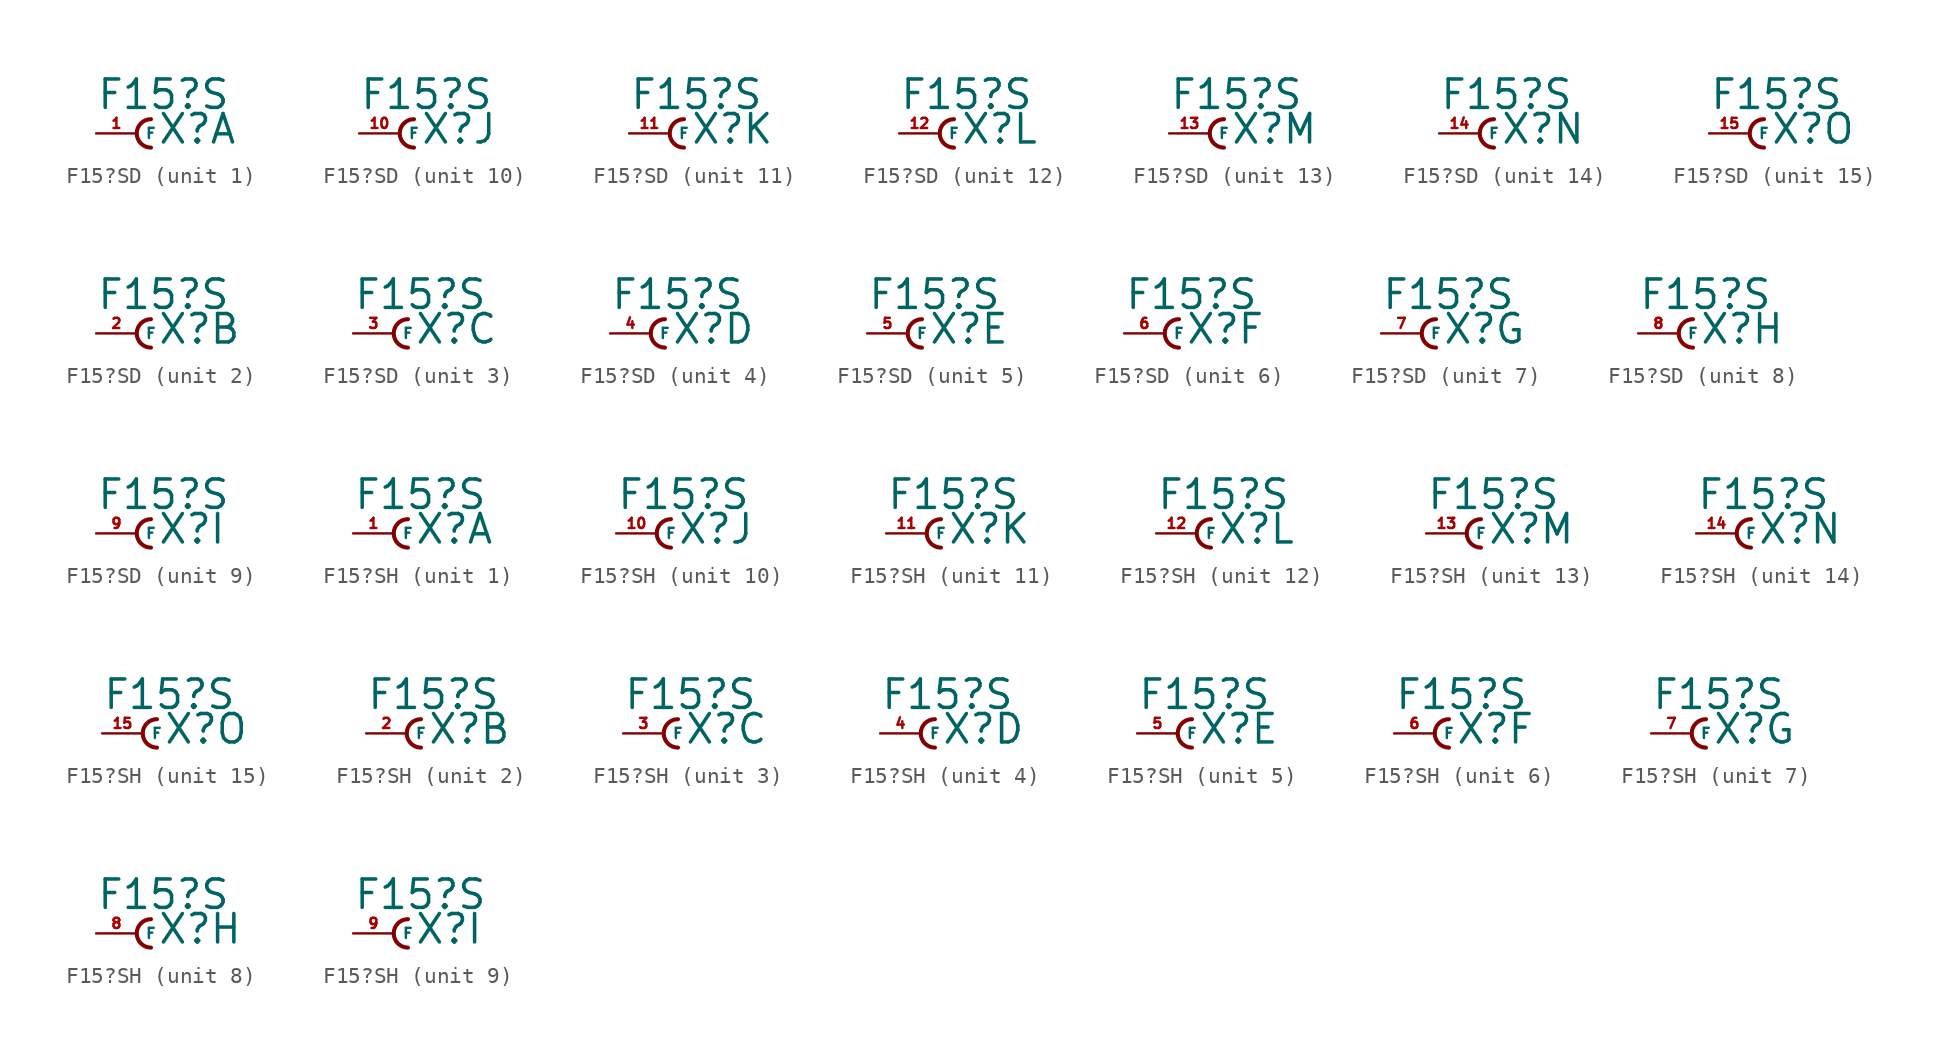
<source format=kicad_sym>
(kicad_symbol_lib
  (version 20220914)
  (generator Eagle2Kicad)
  (symbol "F15?SD"
    (property "Reference" "X"
      (at 1.27 -0.762 0)
      (effects (font (size 1.778 1.778) (thickness 0.22)) (justify left bottom)))
    (property "Value" "F15?S"
      (at -2.54 1.397 0)
      (effects (font (size 1.778 1.778) (thickness 0.22)) (justify left bottom)))
    (symbol "F15?SD_1_0"
      (arc (start 0.889 0.889) (mid 0.000 0.000) (end 0.889 -0.889) (stroke (width 0.254) (type default)) (fill (type none)))
      (pin passive line (at -2.54 0 0) (length 2.54) (name "F" (effects (font (size 0.635 0.635) (thickness 0.08)) (justify left bottom))) (number "1" (effects (font (size 0.635 0.635) (thickness 0.08)) (justify left bottom)))))
    (symbol "F15?SD_2_0"
      (arc (start 0.889 0.889) (mid 0.000 0.000) (end 0.889 -0.889) (stroke (width 0.254) (type default)) (fill (type none)))
      (pin passive line (at -2.54 0 0) (length 2.54) (name "F" (effects (font (size 0.635 0.635) (thickness 0.08)) (justify left bottom))) (number "2" (effects (font (size 0.635 0.635) (thickness 0.08)) (justify left bottom)))))
    (symbol "F15?SD_3_0"
      (arc (start 0.889 0.889) (mid 0.000 0.000) (end 0.889 -0.889) (stroke (width 0.254) (type default)) (fill (type none)))
      (pin passive line (at -2.54 0 0) (length 2.54) (name "F" (effects (font (size 0.635 0.635) (thickness 0.08)) (justify left bottom))) (number "3" (effects (font (size 0.635 0.635) (thickness 0.08)) (justify left bottom)))))
    (symbol "F15?SD_4_0"
      (arc (start 0.889 0.889) (mid 0.000 0.000) (end 0.889 -0.889) (stroke (width 0.254) (type default)) (fill (type none)))
      (pin passive line (at -2.54 0 0) (length 2.54) (name "F" (effects (font (size 0.635 0.635) (thickness 0.08)) (justify left bottom))) (number "4" (effects (font (size 0.635 0.635) (thickness 0.08)) (justify left bottom)))))
    (symbol "F15?SD_5_0"
      (arc (start 0.889 0.889) (mid 0.000 0.000) (end 0.889 -0.889) (stroke (width 0.254) (type default)) (fill (type none)))
      (pin passive line (at -2.54 0 0) (length 2.54) (name "F" (effects (font (size 0.635 0.635) (thickness 0.08)) (justify left bottom))) (number "5" (effects (font (size 0.635 0.635) (thickness 0.08)) (justify left bottom)))))
    (symbol "F15?SD_6_0"
      (arc (start 0.889 0.889) (mid 0.000 0.000) (end 0.889 -0.889) (stroke (width 0.254) (type default)) (fill (type none)))
      (pin passive line (at -2.54 0 0) (length 2.54) (name "F" (effects (font (size 0.635 0.635) (thickness 0.08)) (justify left bottom))) (number "6" (effects (font (size 0.635 0.635) (thickness 0.08)) (justify left bottom)))))
    (symbol "F15?SD_7_0"
      (arc (start 0.889 0.889) (mid 0.000 0.000) (end 0.889 -0.889) (stroke (width 0.254) (type default)) (fill (type none)))
      (pin passive line (at -2.54 0 0) (length 2.54) (name "F" (effects (font (size 0.635 0.635) (thickness 0.08)) (justify left bottom))) (number "7" (effects (font (size 0.635 0.635) (thickness 0.08)) (justify left bottom)))))
    (symbol "F15?SD_8_0"
      (arc (start 0.889 0.889) (mid 0.000 0.000) (end 0.889 -0.889) (stroke (width 0.254) (type default)) (fill (type none)))
      (pin passive line (at -2.54 0 0) (length 2.54) (name "F" (effects (font (size 0.635 0.635) (thickness 0.08)) (justify left bottom))) (number "8" (effects (font (size 0.635 0.635) (thickness 0.08)) (justify left bottom)))))
    (symbol "F15?SD_9_0"
      (arc (start 0.889 0.889) (mid 0.000 0.000) (end 0.889 -0.889) (stroke (width 0.254) (type default)) (fill (type none)))
      (pin passive line (at -2.54 0 0) (length 2.54) (name "F" (effects (font (size 0.635 0.635) (thickness 0.08)) (justify left bottom))) (number "9" (effects (font (size 0.635 0.635) (thickness 0.08)) (justify left bottom)))))
    (symbol "F15?SD_10_0"
      (arc (start 0.889 0.889) (mid 0.000 0.000) (end 0.889 -0.889) (stroke (width 0.254) (type default)) (fill (type none)))
      (pin passive line (at -2.54 0 0) (length 2.54) (name "F" (effects (font (size 0.635 0.635) (thickness 0.08)) (justify left bottom))) (number "10" (effects (font (size 0.635 0.635) (thickness 0.08)) (justify left bottom)))))
    (symbol "F15?SD_11_0"
      (arc (start 0.889 0.889) (mid 0.000 0.000) (end 0.889 -0.889) (stroke (width 0.254) (type default)) (fill (type none)))
      (pin passive line (at -2.54 0 0) (length 2.54) (name "F" (effects (font (size 0.635 0.635) (thickness 0.08)) (justify left bottom))) (number "11" (effects (font (size 0.635 0.635) (thickness 0.08)) (justify left bottom)))))
    (symbol "F15?SD_12_0"
      (arc (start 0.889 0.889) (mid 0.000 0.000) (end 0.889 -0.889) (stroke (width 0.254) (type default)) (fill (type none)))
      (pin passive line (at -2.54 0 0) (length 2.54) (name "F" (effects (font (size 0.635 0.635) (thickness 0.08)) (justify left bottom))) (number "12" (effects (font (size 0.635 0.635) (thickness 0.08)) (justify left bottom)))))
    (symbol "F15?SD_13_0"
      (arc (start 0.889 0.889) (mid 0.000 0.000) (end 0.889 -0.889) (stroke (width 0.254) (type default)) (fill (type none)))
      (pin passive line (at -2.54 0 0) (length 2.54) (name "F" (effects (font (size 0.635 0.635) (thickness 0.08)) (justify left bottom))) (number "13" (effects (font (size 0.635 0.635) (thickness 0.08)) (justify left bottom)))))
    (symbol "F15?SD_14_0"
      (arc (start 0.889 0.889) (mid 0.000 0.000) (end 0.889 -0.889) (stroke (width 0.254) (type default)) (fill (type none)))
      (pin passive line (at -2.54 0 0) (length 2.54) (name "F" (effects (font (size 0.635 0.635) (thickness 0.08)) (justify left bottom))) (number "14" (effects (font (size 0.635 0.635) (thickness 0.08)) (justify left bottom)))))
    (symbol "F15?SD_15_0"
      (arc (start 0.889 0.889) (mid 0.000 0.000) (end 0.889 -0.889) (stroke (width 0.254) (type default)) (fill (type none)))
      (pin passive line (at -2.54 0 0) (length 2.54) (name "F" (effects (font (size 0.635 0.635) (thickness 0.08)) (justify left bottom))) (number "15" (effects (font (size 0.635 0.635) (thickness 0.08)) (justify left bottom))))))
  (symbol "F15?SH"
    (property "Reference" "X"
      (at 1.27 -0.762 0)
      (effects (font (size 1.778 1.778) (thickness 0.22)) (justify left bottom)))
    (property "Value" "F15?S"
      (at -2.54 1.397 0)
      (effects (font (size 1.778 1.778) (thickness 0.22)) (justify left bottom)))
    (symbol "F15?SH_1_0"
      (arc (start 0.889 0.889) (mid 0.000 0.000) (end 0.889 -0.889) (stroke (width 0.254) (type default)) (fill (type none)))
      (pin passive line (at -2.54 0 0) (length 2.54) (name "F" (effects (font (size 0.635 0.635) (thickness 0.08)) (justify left bottom))) (number "1" (effects (font (size 0.635 0.635) (thickness 0.08)) (justify left bottom)))))
    (symbol "F15?SH_2_0"
      (arc (start 0.889 0.889) (mid 0.000 0.000) (end 0.889 -0.889) (stroke (width 0.254) (type default)) (fill (type none)))
      (pin passive line (at -2.54 0 0) (length 2.54) (name "F" (effects (font (size 0.635 0.635) (thickness 0.08)) (justify left bottom))) (number "2" (effects (font (size 0.635 0.635) (thickness 0.08)) (justify left bottom)))))
    (symbol "F15?SH_3_0"
      (arc (start 0.889 0.889) (mid 0.000 0.000) (end 0.889 -0.889) (stroke (width 0.254) (type default)) (fill (type none)))
      (pin passive line (at -2.54 0 0) (length 2.54) (name "F" (effects (font (size 0.635 0.635) (thickness 0.08)) (justify left bottom))) (number "3" (effects (font (size 0.635 0.635) (thickness 0.08)) (justify left bottom)))))
    (symbol "F15?SH_4_0"
      (arc (start 0.889 0.889) (mid 0.000 0.000) (end 0.889 -0.889) (stroke (width 0.254) (type default)) (fill (type none)))
      (pin passive line (at -2.54 0 0) (length 2.54) (name "F" (effects (font (size 0.635 0.635) (thickness 0.08)) (justify left bottom))) (number "4" (effects (font (size 0.635 0.635) (thickness 0.08)) (justify left bottom)))))
    (symbol "F15?SH_5_0"
      (arc (start 0.889 0.889) (mid 0.000 0.000) (end 0.889 -0.889) (stroke (width 0.254) (type default)) (fill (type none)))
      (pin passive line (at -2.54 0 0) (length 2.54) (name "F" (effects (font (size 0.635 0.635) (thickness 0.08)) (justify left bottom))) (number "5" (effects (font (size 0.635 0.635) (thickness 0.08)) (justify left bottom)))))
    (symbol "F15?SH_6_0"
      (arc (start 0.889 0.889) (mid 0.000 0.000) (end 0.889 -0.889) (stroke (width 0.254) (type default)) (fill (type none)))
      (pin passive line (at -2.54 0 0) (length 2.54) (name "F" (effects (font (size 0.635 0.635) (thickness 0.08)) (justify left bottom))) (number "6" (effects (font (size 0.635 0.635) (thickness 0.08)) (justify left bottom)))))
    (symbol "F15?SH_7_0"
      (arc (start 0.889 0.889) (mid 0.000 0.000) (end 0.889 -0.889) (stroke (width 0.254) (type default)) (fill (type none)))
      (pin passive line (at -2.54 0 0) (length 2.54) (name "F" (effects (font (size 0.635 0.635) (thickness 0.08)) (justify left bottom))) (number "7" (effects (font (size 0.635 0.635) (thickness 0.08)) (justify left bottom)))))
    (symbol "F15?SH_8_0"
      (arc (start 0.889 0.889) (mid 0.000 0.000) (end 0.889 -0.889) (stroke (width 0.254) (type default)) (fill (type none)))
      (pin passive line (at -2.54 0 0) (length 2.54) (name "F" (effects (font (size 0.635 0.635) (thickness 0.08)) (justify left bottom))) (number "8" (effects (font (size 0.635 0.635) (thickness 0.08)) (justify left bottom)))))
    (symbol "F15?SH_9_0"
      (arc (start 0.889 0.889) (mid 0.000 0.000) (end 0.889 -0.889) (stroke (width 0.254) (type default)) (fill (type none)))
      (pin passive line (at -2.54 0 0) (length 2.54) (name "F" (effects (font (size 0.635 0.635) (thickness 0.08)) (justify left bottom))) (number "9" (effects (font (size 0.635 0.635) (thickness 0.08)) (justify left bottom)))))
    (symbol "F15?SH_10_0"
      (arc (start 0.889 0.889) (mid 0.000 0.000) (end 0.889 -0.889) (stroke (width 0.254) (type default)) (fill (type none)))
      (pin passive line (at -2.54 0 0) (length 2.54) (name "F" (effects (font (size 0.635 0.635) (thickness 0.08)) (justify left bottom))) (number "10" (effects (font (size 0.635 0.635) (thickness 0.08)) (justify left bottom)))))
    (symbol "F15?SH_11_0"
      (arc (start 0.889 0.889) (mid 0.000 0.000) (end 0.889 -0.889) (stroke (width 0.254) (type default)) (fill (type none)))
      (pin passive line (at -2.54 0 0) (length 2.54) (name "F" (effects (font (size 0.635 0.635) (thickness 0.08)) (justify left bottom))) (number "11" (effects (font (size 0.635 0.635) (thickness 0.08)) (justify left bottom)))))
    (symbol "F15?SH_12_0"
      (arc (start 0.889 0.889) (mid 0.000 0.000) (end 0.889 -0.889) (stroke (width 0.254) (type default)) (fill (type none)))
      (pin passive line (at -2.54 0 0) (length 2.54) (name "F" (effects (font (size 0.635 0.635) (thickness 0.08)) (justify left bottom))) (number "12" (effects (font (size 0.635 0.635) (thickness 0.08)) (justify left bottom)))))
    (symbol "F15?SH_13_0"
      (arc (start 0.889 0.889) (mid 0.000 0.000) (end 0.889 -0.889) (stroke (width 0.254) (type default)) (fill (type none)))
      (pin passive line (at -2.54 0 0) (length 2.54) (name "F" (effects (font (size 0.635 0.635) (thickness 0.08)) (justify left bottom))) (number "13" (effects (font (size 0.635 0.635) (thickness 0.08)) (justify left bottom)))))
    (symbol "F15?SH_14_0"
      (arc (start 0.889 0.889) (mid 0.000 0.000) (end 0.889 -0.889) (stroke (width 0.254) (type default)) (fill (type none)))
      (pin passive line (at -2.54 0 0) (length 2.54) (name "F" (effects (font (size 0.635 0.635) (thickness 0.08)) (justify left bottom))) (number "14" (effects (font (size 0.635 0.635) (thickness 0.08)) (justify left bottom)))))
    (symbol "F15?SH_15_0"
      (arc (start 0.889 0.889) (mid 0.000 0.000) (end 0.889 -0.889) (stroke (width 0.254) (type default)) (fill (type none)))
      (pin passive line (at -2.54 0 0) (length 2.54) (name "F" (effects (font (size 0.635 0.635) (thickness 0.08)) (justify left bottom))) (number "15" (effects (font (size 0.635 0.635) (thickness 0.08)) (justify left bottom)))))))
</source>
